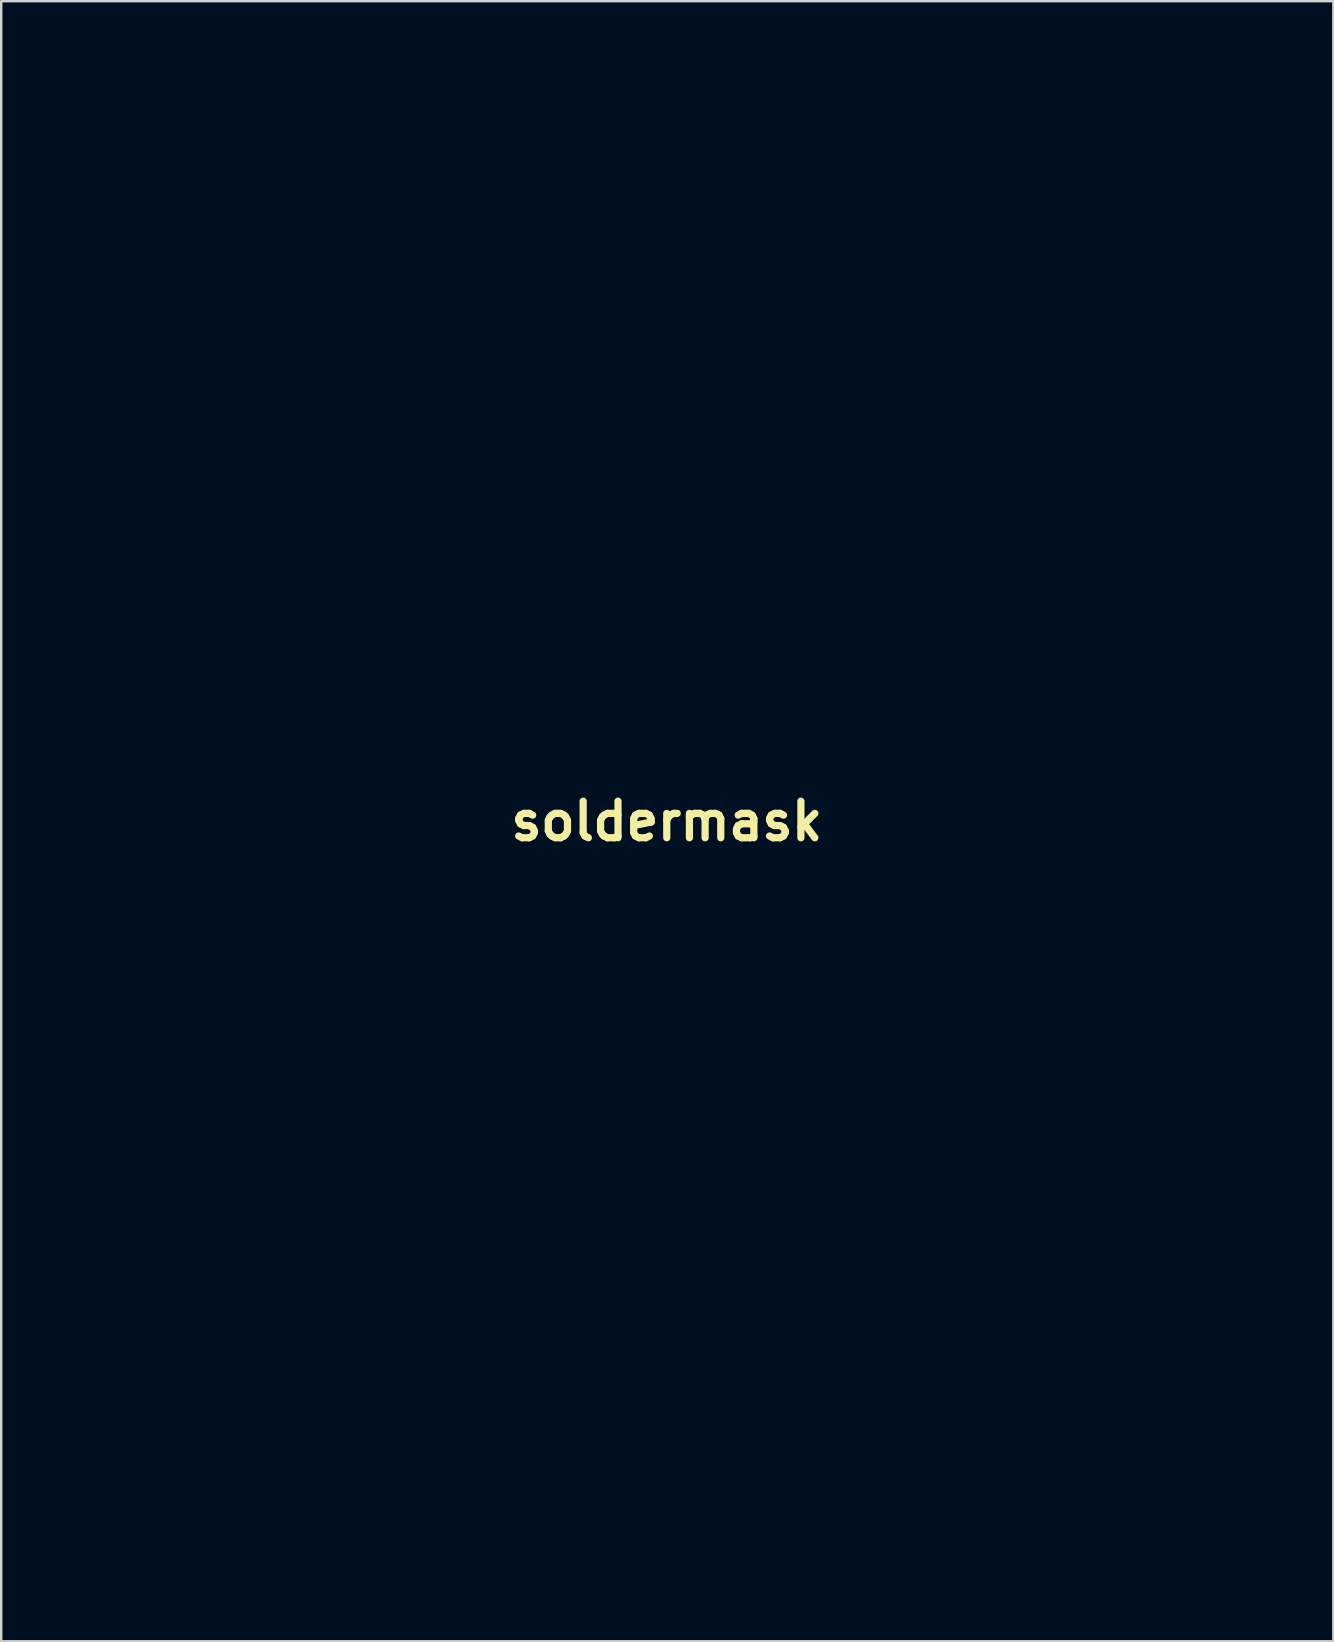
<source format=kicad_pcb>
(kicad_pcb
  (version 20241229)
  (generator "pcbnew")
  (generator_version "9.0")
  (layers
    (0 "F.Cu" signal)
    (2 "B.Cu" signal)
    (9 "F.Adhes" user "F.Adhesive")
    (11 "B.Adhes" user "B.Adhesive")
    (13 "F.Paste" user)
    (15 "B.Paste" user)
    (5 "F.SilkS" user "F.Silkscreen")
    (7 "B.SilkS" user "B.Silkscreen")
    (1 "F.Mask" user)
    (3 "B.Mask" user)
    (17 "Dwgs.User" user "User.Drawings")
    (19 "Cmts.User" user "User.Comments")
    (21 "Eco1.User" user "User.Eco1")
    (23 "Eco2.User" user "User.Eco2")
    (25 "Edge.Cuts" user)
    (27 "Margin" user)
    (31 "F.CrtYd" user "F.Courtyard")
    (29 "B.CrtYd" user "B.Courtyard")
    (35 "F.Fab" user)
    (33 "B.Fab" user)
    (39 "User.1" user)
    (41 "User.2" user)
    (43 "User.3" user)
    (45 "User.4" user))
  (footprint "soldermask"
    (layer "F.Cu")
    (at 24.728 31.162)
    (property "Reference" "soldermask" (at 0 0 0) (layer "F.SilkS") (effects (font (size 1.524 1.524) (thickness 0.3))))
    (attr through_hole)
    (fp_poly (pts (xy 24.765 31.157) (xy -24.723 31.157) (xy -24.723 -30.692) (xy -11.049 -30.692) (xy -11.049 28.406) (xy 12.7 28.406) (xy 12.7 -30.692) (xy -11.049 -30.692) (xy -24.723 -30.692) (xy -24.723 -31.157) (xy 24.765 -31.157) (xy 24.765 31.157)) (stroke (width 0.01) (type solid)) (fill yes) (layer "F.Mask")))
  (gr_rect
    (start -3 -3)
    (end 52.498 65.325)
    (stroke (width 0.1) (type default))
    (fill no)
    (layer "Edge.Cuts")))
</source>
